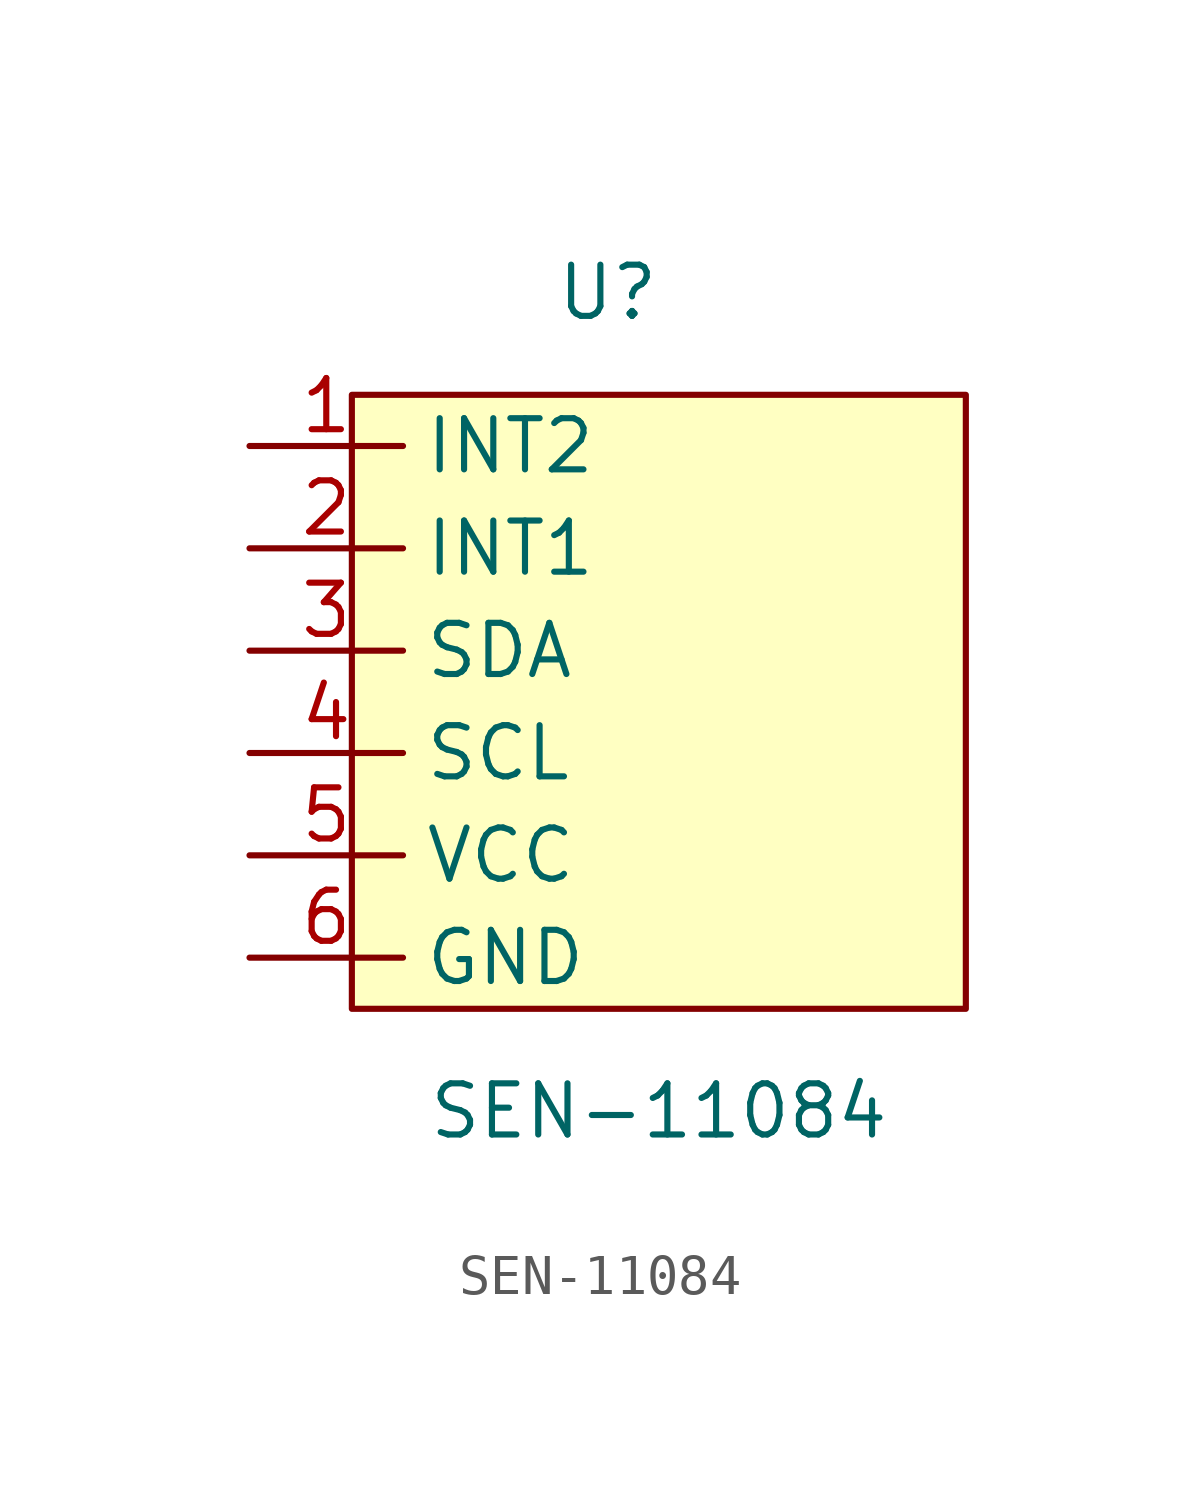
<source format=kicad_sym>
(kicad_symbol_lib
  (version 20211014)
  (generator kicad_symbol_editor)
  (symbol "SEN-11084"
    (property "Reference" "U"
      (at 0 10.16 0)
      (effects (font (size 1.27 1.27))))
    (property "Value" "SEN-11084"
      (at 1.27 -10.16 0)
      (effects (font (size 1.27 1.27))))
    (symbol "SEN-11084_0_1"
      (rectangle (start -6.35 7.62) (end 8.89 -7.62) (stroke (width 0) (type default) (color 0 0 0 0)) (fill (type background))))
    (symbol "SEN-11084_1_1"
      (pin passive line (at -8.89 6.35 0) (length 3.81) (name "INT2" (effects (font (size 1.27 1.27)))) (number "1" (effects (font (size 1.27 1.27)))))
      (pin passive line (at -8.89 3.81 0) (length 3.81) (name "INT1" (effects (font (size 1.27 1.27)))) (number "2" (effects (font (size 1.27 1.27)))))
      (pin passive line (at -8.89 1.27 0) (length 3.81) (name "SDA" (effects (font (size 1.27 1.27)))) (number "3" (effects (font (size 1.27 1.27)))))
      (pin passive line (at -8.89 -1.27 0) (length 3.81) (name "SCL" (effects (font (size 1.27 1.27)))) (number "4" (effects (font (size 1.27 1.27)))))
      (pin power_in line (at -8.89 -3.81 0) (length 3.81) (name "VCC" (effects (font (size 1.27 1.27)))) (number "5" (effects (font (size 1.27 1.27)))))
      (pin power_in line (at -8.89 -6.35 0) (length 3.81) (name "GND" (effects (font (size 1.27 1.27)))) (number "6" (effects (font (size 1.27 1.27))))))))
</source>
